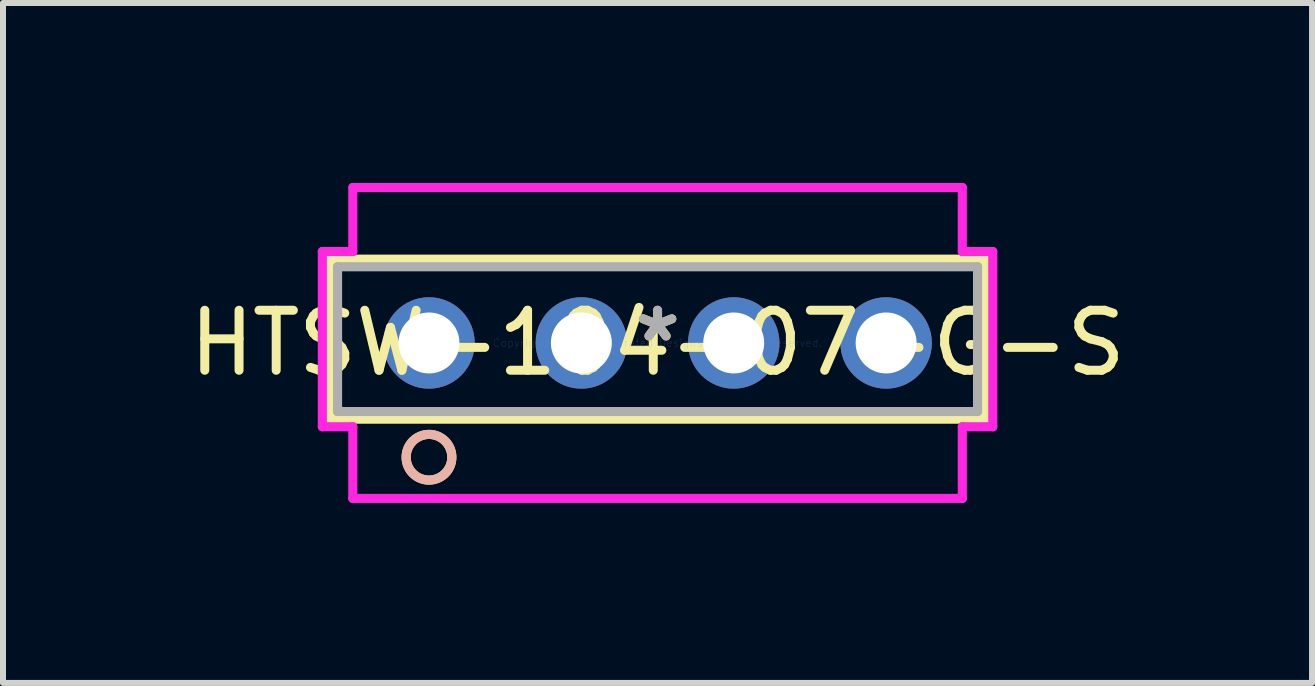
<source format=kicad_pcb>
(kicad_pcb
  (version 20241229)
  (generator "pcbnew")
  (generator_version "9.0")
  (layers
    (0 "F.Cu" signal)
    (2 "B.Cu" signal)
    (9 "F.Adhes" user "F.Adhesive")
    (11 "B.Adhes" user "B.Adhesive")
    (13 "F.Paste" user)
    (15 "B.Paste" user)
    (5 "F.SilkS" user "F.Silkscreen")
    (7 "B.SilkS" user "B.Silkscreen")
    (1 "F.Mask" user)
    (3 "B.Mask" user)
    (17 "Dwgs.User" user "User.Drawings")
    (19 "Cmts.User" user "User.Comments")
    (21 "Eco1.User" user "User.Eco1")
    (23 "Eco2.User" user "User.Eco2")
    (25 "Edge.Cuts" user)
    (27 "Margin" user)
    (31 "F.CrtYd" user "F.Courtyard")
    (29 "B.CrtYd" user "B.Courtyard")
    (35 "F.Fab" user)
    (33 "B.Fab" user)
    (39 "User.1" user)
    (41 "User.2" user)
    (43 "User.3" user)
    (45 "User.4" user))
  (footprint "HTSW-104-07-G-S"
    (layer "F.Cu")
    (at 7.911 2.667)
    (property "Reference" "HTSW-104-07-G-S" (at 0 0 0) (layer "F.SilkS") (effects (font (size 1 1) (thickness 0.15))))
    (attr through_hole)
    (fp_line (start -5.461 -1.397) (end -5.461 1.27) (stroke (width 0.152) (type solid)) (layer "F.SilkS"))
    (fp_line (start -5.461 1.27) (end 5.461 1.27) (stroke (width 0.152) (type solid)) (layer "F.SilkS"))
    (fp_line (start 5.461 -1.397) (end -5.461 -1.397) (stroke (width 0.152) (type solid)) (layer "F.SilkS"))
    (fp_line (start 5.461 1.27) (end 5.461 -1.397) (stroke (width 0.152) (type solid)) (layer "F.SilkS"))
    (fp_circle (center -3.81 1.905) (end -3.429 1.905) (stroke (width 0.152) (type solid)) (fill no) (layer "F.SilkS"))
    (fp_circle (center -3.81 1.905) (end -3.429 1.905) (stroke (width 0.152) (type solid)) (fill no) (layer "B.SilkS"))
    (fp_line (start -5.588 -1.524) (end -5.588 1.397) (stroke (width 0.152) (type solid)) (layer "F.CrtYd"))
    (fp_line (start -5.588 1.397) (end -5.08 1.397) (stroke (width 0.152) (type solid)) (layer "F.CrtYd"))
    (fp_line (start -5.08 -2.591) (end -5.08 -1.524) (stroke (width 0.152) (type solid)) (layer "F.CrtYd"))
    (fp_line (start -5.08 -1.524) (end -5.588 -1.524) (stroke (width 0.152) (type solid)) (layer "F.CrtYd"))
    (fp_line (start -5.08 1.397) (end -5.08 2.591) (stroke (width 0.152) (type solid)) (layer "F.CrtYd"))
    (fp_line (start -5.08 2.591) (end 5.08 2.591) (stroke (width 0.152) (type solid)) (layer "F.CrtYd"))
    (fp_line (start 5.08 -2.591) (end -5.08 -2.591) (stroke (width 0.152) (type solid)) (layer "F.CrtYd"))
    (fp_line (start 5.08 -1.524) (end 5.08 -2.591) (stroke (width 0.152) (type solid)) (layer "F.CrtYd"))
    (fp_line (start 5.08 1.397) (end 5.588 1.397) (stroke (width 0.152) (type solid)) (layer "F.CrtYd"))
    (fp_line (start 5.08 2.591) (end 5.08 1.397) (stroke (width 0.152) (type solid)) (layer "F.CrtYd"))
    (fp_line (start 5.588 -1.524) (end 5.08 -1.524) (stroke (width 0.152) (type solid)) (layer "F.CrtYd"))
    (fp_line (start 5.588 1.397) (end 5.588 -1.524) (stroke (width 0.152) (type solid)) (layer "F.CrtYd"))
    (fp_line (start -5.334 -1.27) (end -5.334 1.143) (stroke (width 0.152) (type solid)) (layer "F.Fab"))
    (fp_line (start -5.334 1.143) (end 5.334 1.143) (stroke (width 0.152) (type solid)) (layer "F.Fab"))
    (fp_line (start 5.334 -1.27) (end -5.334 -1.27) (stroke (width 0.152) (type solid)) (layer "F.Fab"))
    (fp_line (start 5.334 1.143) (end 5.334 -1.27) (stroke (width 0.152) (type solid)) (layer "F.Fab"))
    (fp_circle (center -3.81 0) (end -3.556 0) (stroke (width 0.152) (type solid)) (fill no) (layer "F.Fab"))
    (fp_text user "*" (at 0 0 0) (layer "F.SilkS") (effects (font (size 1 1) (thickness 0.15))))
    (fp_text user "Copyright 2016 Accelerated Designs. All rights reserved." (at 0 0 0) (layer "Cmts.User") (effects (font (size 0.127 0.127) (thickness 0.002))))
    (fp_text user "*" (at 0 0 0) (layer "F.Fab") (effects (font (size 1 1) (thickness 0.15))))
    (pad "1" thru_hole circle (at -3.81 0 90) (size 1.524 1.524) (drill 1.016) (layers "*.Cu" "*.Mask"))
    (pad "2" thru_hole circle (at -1.27 0 90) (size 1.524 1.524) (drill 1.016) (layers "*.Cu" "*.Mask"))
    (pad "3" thru_hole circle (at 1.27 0 90) (size 1.524 1.524) (drill 1.016) (layers "*.Cu" "*.Mask"))
    (pad "4" thru_hole circle (at 3.81 0 90) (size 1.524 1.524) (drill 1.016) (layers "*.Cu" "*.Mask")))
  (gr_rect
    (start -3 -3)
    (end 18.821 8.334)
    (stroke (width 0.1) (type default))
    (fill no)
    (layer "Edge.Cuts")))
</source>
